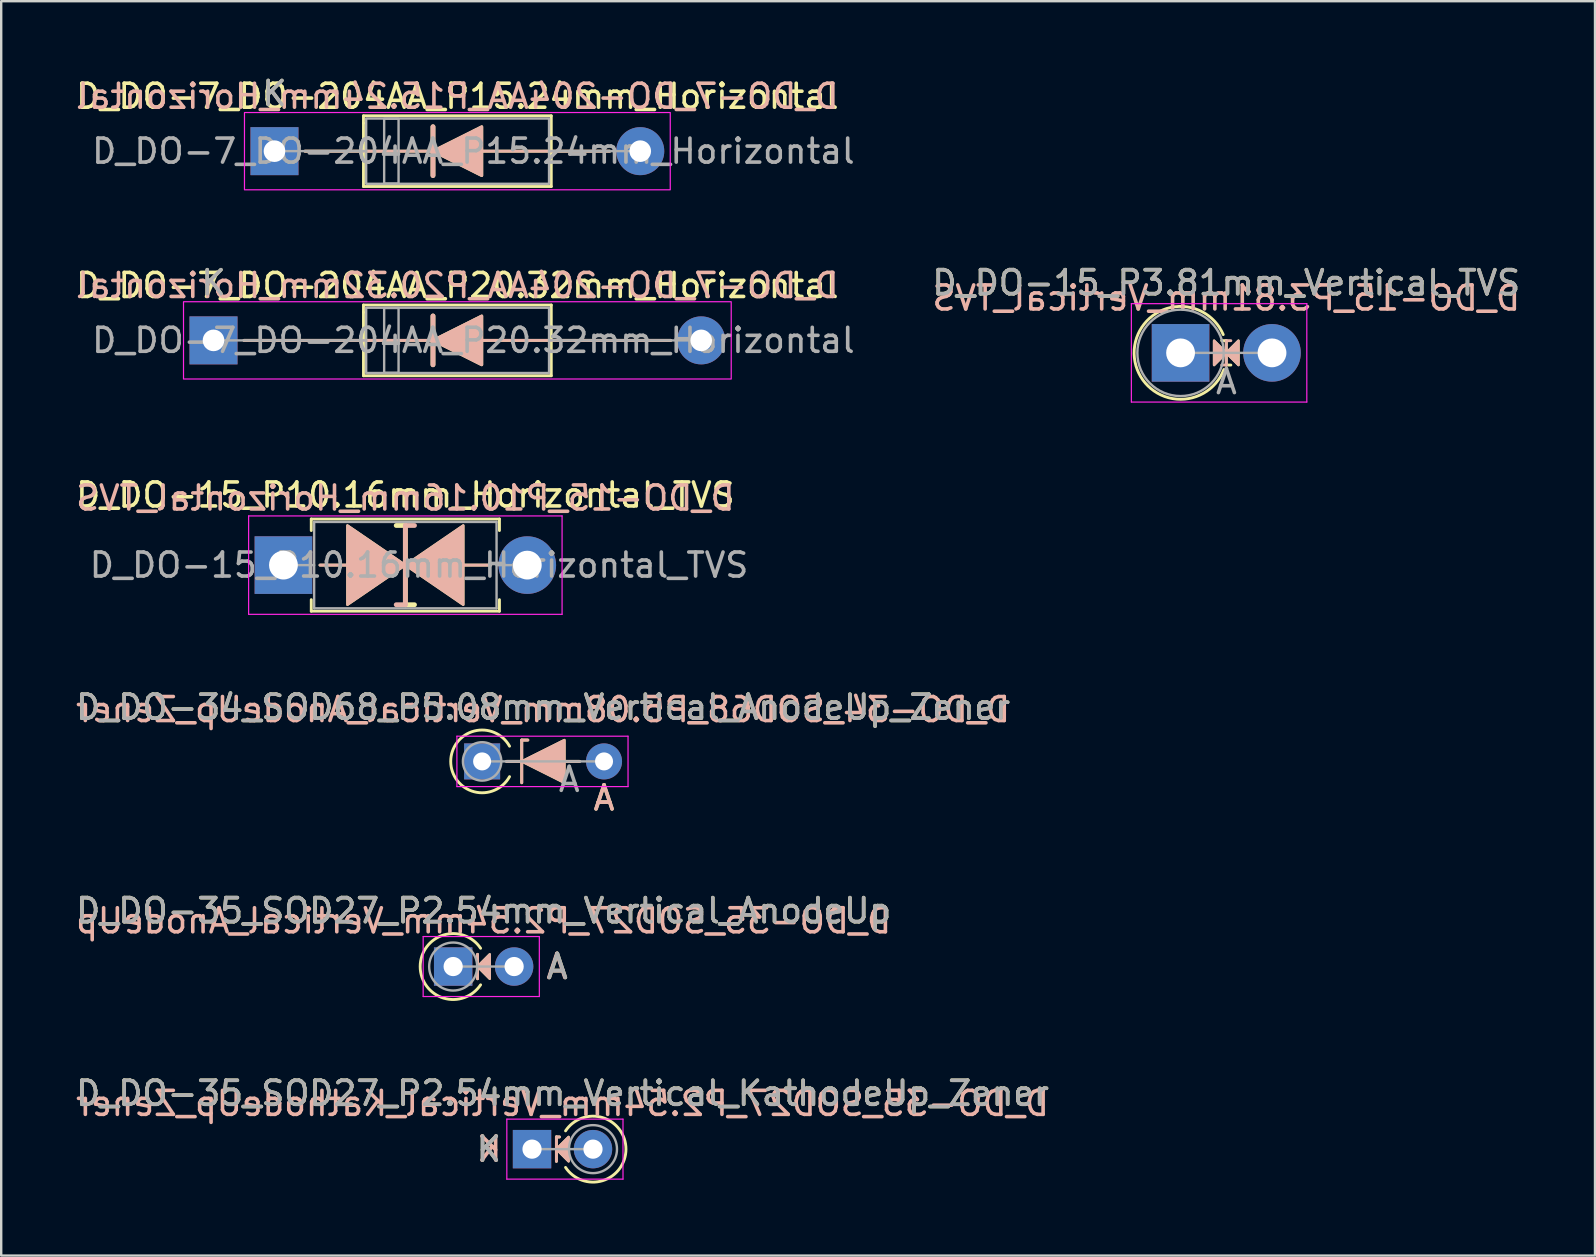
<source format=kicad_pcb>
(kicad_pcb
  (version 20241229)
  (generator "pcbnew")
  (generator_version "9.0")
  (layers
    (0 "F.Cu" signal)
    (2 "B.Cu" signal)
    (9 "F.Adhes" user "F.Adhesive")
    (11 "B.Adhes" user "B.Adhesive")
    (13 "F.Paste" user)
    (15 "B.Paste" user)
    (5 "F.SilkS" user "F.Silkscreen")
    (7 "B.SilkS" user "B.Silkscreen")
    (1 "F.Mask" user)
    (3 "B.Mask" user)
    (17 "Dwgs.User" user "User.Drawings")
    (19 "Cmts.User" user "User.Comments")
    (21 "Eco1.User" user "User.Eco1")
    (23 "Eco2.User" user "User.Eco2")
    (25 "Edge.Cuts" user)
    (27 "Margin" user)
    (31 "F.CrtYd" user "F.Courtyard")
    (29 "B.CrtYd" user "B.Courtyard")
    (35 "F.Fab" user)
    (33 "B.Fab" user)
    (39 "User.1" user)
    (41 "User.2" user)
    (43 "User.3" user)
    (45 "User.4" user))
  (footprint "D_DO-7_DO-204AA_P15.24mm_Horizontal"
    (layer "F.Cu")
    (at 8.386 3.248)
    (property "Reference" "D_DO-7_DO-204AA_P15.24mm_Horizontal" (at 7.62 -2.286 0) (layer "F.SilkS") (effects (font (size 1 1) (thickness 0.15))))
    (fp_line (start 1.27 0) (end 13.97 0) (stroke (width 0.12) (type default)) (layer "F.SilkS"))
    (fp_line (start 3.708 -1.473) (end 3.708 -1.168) (stroke (width 0.12) (type default)) (layer "F.SilkS"))
    (fp_line (start 3.708 -1.473) (end 11.532 -1.473) (stroke (width 0.12) (type default)) (layer "F.SilkS"))
    (fp_line (start 3.708 -1.168) (end 3.708 1.473) (stroke (width 0.12) (type default)) (layer "F.SilkS"))
    (fp_line (start 3.708 1.473) (end 11.532 1.473) (stroke (width 0.12) (type default)) (layer "F.SilkS"))
    (fp_line (start 6.604 -1.016) (end 6.604 1.016) (stroke (width 0.2) (type default)) (layer "F.SilkS"))
    (fp_line (start 11.532 -1.473) (end 11.532 -0.61) (stroke (width 0.12) (type default)) (layer "F.SilkS"))
    (fp_line (start 11.532 -0.61) (end 11.532 1.473) (stroke (width 0.12) (type default)) (layer "F.SilkS"))
    (fp_poly (pts (xy 8.636 1.016) (xy 6.604 0) (xy 8.636 -1.016)) (stroke (width 0.12) (type solid)) (fill yes) (layer "F.SilkS"))
    (fp_line (start 1.27 0) (end 13.97 0) (stroke (width 0.12) (type default)) (layer "B.SilkS"))
    (fp_line (start 6.604 1.016) (end 6.604 -1.016) (stroke (width 0.2) (type default)) (layer "B.SilkS"))
    (fp_poly (pts (xy 8.636 -1.016) (xy 6.604 0) (xy 8.636 1.016)) (stroke (width 0.12) (type solid)) (fill yes) (layer "B.SilkS"))
    (fp_rect (start -1.25 -1.61) (end 16.49 1.61) (stroke (width 0.05) (type default)) (fill no) (layer "F.CrtYd"))
    (fp_line (start 0 0) (end 3.82 0) (stroke (width 0.1) (type solid)) (layer "F.Fab"))
    (fp_line (start 15.24 0) (end 11.44 0) (stroke (width 0.1) (type solid)) (layer "F.Fab"))
    (fp_rect (start 3.82 -1.36) (end 11.44 1.36) (stroke (width 0.1) (type default)) (fill no) (layer "F.Fab"))
    (fp_rect (start 4.57 -1.35) (end 5.17 1.35) (stroke (width 0.1) (type solid)) (fill no) (layer "F.Fab"))
    (fp_text user "K" (at 0 -2.4 0) (layer "F.SilkS") (effects (font (size 1 1) (thickness 0.15))))
    (fp_text user "${REFERENCE}" (at 7.62 -2.286 0) (layer "B.SilkS") (effects (font (size 1 1) (thickness 0.15)) (justify mirror)))
    (fp_text user "${REFERENCE}" (at 8.287 0 0) (layer "F.Fab") (effects (font (size 1 1) (thickness 0.15))))
    (fp_text user "K" (at 0 -2.4 0) (layer "F.Fab") (effects (font (size 1 1) (thickness 0.15))))
    (pad "1" thru_hole rect (at 0 0) (size 2 2) (drill 0.9) (layers "*.Cu" "*.Mask"))
    (pad "2" thru_hole oval (at 15.24 0) (size 2 2) (drill 0.9) (layers "*.Cu" "*.Mask")))
  (footprint "D_DO-15_P10.16mm_Horizontal_TVS"
    (layer "F.Cu")
    (at 8.759 20.495)
    (property "Reference" "D_DO-15_P10.16mm_Horizontal_TVS" (at 5.08 -2.92 0) (layer "F.SilkS") (effects (font (size 1 1) (thickness 0.15))))
    (fp_line (start 1.16 -1.92) (end 9 -1.92) (stroke (width 0.12) (type solid)) (layer "F.SilkS"))
    (fp_line (start 1.16 -1.44) (end 1.16 -1.92) (stroke (width 0.12) (type solid)) (layer "F.SilkS"))
    (fp_line (start 1.16 1.44) (end 1.16 1.92) (stroke (width 0.12) (type solid)) (layer "F.SilkS"))
    (fp_line (start 1.16 1.92) (end 9 1.92) (stroke (width 0.12) (type solid)) (layer "F.SilkS"))
    (fp_line (start 1.524 0) (end 2.667 0) (stroke (width 0.12) (type solid)) (layer "F.SilkS"))
    (fp_line (start 5.08 -1.651) (end 4.699 -1.651) (stroke (width 0.2) (type solid)) (layer "F.SilkS"))
    (fp_line (start 5.08 1.651) (end 5.08 -1.651) (stroke (width 0.2) (type solid)) (layer "F.SilkS"))
    (fp_line (start 5.461 1.651) (end 5.08 1.651) (stroke (width 0.2) (type solid)) (layer "F.SilkS"))
    (fp_line (start 8.636 0) (end 7.493 0) (stroke (width 0.12) (type solid)) (layer "F.SilkS"))
    (fp_line (start 9 -1.92) (end 9 -1.44) (stroke (width 0.12) (type solid)) (layer "F.SilkS"))
    (fp_line (start 9 1.92) (end 9 1.44) (stroke (width 0.12) (type solid)) (layer "F.SilkS"))
    (fp_poly (pts (xy 5.08 0) (xy 2.667 1.651) (xy 2.667 -1.651)) (stroke (width 0.1) (type solid)) (fill yes) (layer "F.SilkS"))
    (fp_poly (pts (xy 5.08 0) (xy 7.493 -1.651) (xy 7.493 1.651)) (stroke (width 0.1) (type solid)) (fill yes) (layer "F.SilkS"))
    (fp_line (start 1.524 0) (end 2.667 0) (stroke (width 0.12) (type solid)) (layer "B.SilkS"))
    (fp_line (start 5.08 -1.651) (end 5.08 1.651) (stroke (width 0.2) (type solid)) (layer "B.SilkS"))
    (fp_line (start 5.08 1.651) (end 4.699 1.651) (stroke (width 0.2) (type solid)) (layer "B.SilkS"))
    (fp_line (start 5.461 -1.651) (end 5.08 -1.651) (stroke (width 0.2) (type solid)) (layer "B.SilkS"))
    (fp_line (start 8.636 0) (end 7.493 0) (stroke (width 0.12) (type solid)) (layer "B.SilkS"))
    (fp_poly (pts (xy 5.08 0) (xy 2.667 -1.651) (xy 2.667 1.651)) (stroke (width 0.1) (type solid)) (fill yes) (layer "B.SilkS"))
    (fp_poly (pts (xy 5.08 0) (xy 7.493 1.651) (xy 7.493 -1.651)) (stroke (width 0.1) (type solid)) (fill yes) (layer "B.SilkS"))
    (fp_line (start -1.45 -2.05) (end -1.45 2.05) (stroke (width 0.05) (type solid)) (layer "F.CrtYd"))
    (fp_line (start -1.45 2.05) (end 11.61 2.05) (stroke (width 0.05) (type solid)) (layer "F.CrtYd"))
    (fp_line (start 11.61 -2.05) (end -1.45 -2.05) (stroke (width 0.05) (type solid)) (layer "F.CrtYd"))
    (fp_line (start 11.61 2.05) (end 11.61 -2.05) (stroke (width 0.05) (type solid)) (layer "F.CrtYd"))
    (fp_line (start 0 0) (end 1.28 0) (stroke (width 0.1) (type solid)) (layer "F.Fab"))
    (fp_line (start 1.28 -1.8) (end 1.28 1.8) (stroke (width 0.1) (type solid)) (layer "F.Fab"))
    (fp_line (start 1.28 1.8) (end 8.88 1.8) (stroke (width 0.1) (type solid)) (layer "F.Fab"))
    (fp_line (start 8.88 -1.8) (end 1.28 -1.8) (stroke (width 0.1) (type solid)) (layer "F.Fab"))
    (fp_line (start 8.88 1.8) (end 8.88 -1.8) (stroke (width 0.1) (type solid)) (layer "F.Fab"))
    (fp_line (start 10.16 0) (end 8.88 0) (stroke (width 0.1) (type solid)) (layer "F.Fab"))
    (fp_text user "${REFERENCE}" (at 5.08 -2.794 0) (layer "B.SilkS") (effects (font (size 1 1) (thickness 0.15)) (justify mirror)))
    (fp_text user "${REFERENCE}" (at 5.65 0 0) (layer "F.Fab") (effects (font (size 1 1) (thickness 0.15))))
    (pad "1" thru_hole rect (at 0 0) (size 2.4 2.4) (drill 1.2) (layers "*.Cu" "*.Mask"))
    (pad "2" thru_hole oval (at 10.16 0) (size 2.4 2.4) (drill 1.2) (layers "*.Cu" "*.Mask")))
  (footprint "D_DO-34_SOD68_P5.08mm_Vertical_AnodeUp_Zener"
    (layer "F.Cu")
    (at 17.037 28.674)
    (property "Reference" "D_DO-34_SOD68_P5.08mm_Vertical_AnodeUp_Zener" (at 2.54 -2.256 0) (layer "F.SilkS") (effects (font (size 1 1) (thickness 0.15))))
    (fp_line (start 1.651 -0.889) (end 1.905 -0.889) (stroke (width 0.12) (type solid)) (layer "F.SilkS"))
    (fp_line (start 1.651 0.889) (end 1.651 -0.889) (stroke (width 0.12) (type solid)) (layer "F.SilkS"))
    (fp_line (start 4.064 0) (end 1.016 0) (stroke (width 0.12) (type solid)) (layer "F.SilkS"))
    (fp_arc (start 1.142999 0.635) (mid -1.307544 0) (end 1.142999 -0.634999) (stroke (width 0.12) (type solid)) (layer "F.SilkS"))
    (fp_poly (pts (xy 3.429 0.889) (xy 1.651 0) (xy 3.429 -0.889)) (stroke (width 0.1) (type solid)) (fill yes) (layer "F.SilkS"))
    (fp_line (start 1.651 -0.889) (end 1.651 0.889) (stroke (width 0.12) (type solid)) (layer "B.SilkS"))
    (fp_line (start 1.651 -0.889) (end 1.905 -0.889) (stroke (width 0.12) (type solid)) (layer "B.SilkS"))
    (fp_line (start 4.064 0) (end 1.016 0) (stroke (width 0.12) (type solid)) (layer "B.SilkS"))
    (fp_poly (pts (xy 3.429 -0.889) (xy 1.651 0) (xy 3.429 0.889)) (stroke (width 0.1) (type solid)) (fill yes) (layer "B.SilkS"))
    (fp_line (start -1.05 -1.05) (end -1.05 1.05) (stroke (width 0.05) (type solid)) (layer "F.CrtYd"))
    (fp_line (start -1.05 1.05) (end 6.08 1.05) (stroke (width 0.05) (type solid)) (layer "F.CrtYd"))
    (fp_line (start 6.08 -1.05) (end -1.05 -1.05) (stroke (width 0.05) (type solid)) (layer "F.CrtYd"))
    (fp_line (start 6.08 1.05) (end 6.08 -1.05) (stroke (width 0.05) (type solid)) (layer "F.CrtYd"))
    (fp_line (start 0 0) (end 5.08 0) (stroke (width 0.1) (type solid)) (layer "F.Fab"))
    (fp_circle (center 0 0) (end 0.8 0) (stroke (width 0.1) (type solid)) (fill no) (layer "F.Fab"))
    (fp_text user "A" (at 5.08 1.524 0) (layer "F.SilkS") (effects (font (size 1 1) (thickness 0.15))))
    (fp_text user "${REFERENCE}" (at 2.54 -2.159 0) (layer "B.SilkS") (effects (font (size 1 1) (thickness 0.15)) (justify mirror)))
    (fp_text user "A" (at 5.08 1.524 0) (layer "B.SilkS") (effects (font (size 1 1) (thickness 0.15)) (justify mirror)))
    (fp_text user "${REFERENCE}" (at 2.54 -2.256 0) (layer "F.Fab") (effects (font (size 1 1) (thickness 0.15))))
    (fp_text user "A" (at 3.63 0.75 0) (layer "F.Fab") (effects (font (size 1 1) (thickness 0.15))))
    (pad "1" thru_hole rect (at 0 0) (size 1.5 1.5) (drill 0.75) (layers "*.Cu" "*.Mask"))
    (pad "2" thru_hole oval (at 5.08 0) (size 1.5 1.5) (drill 0.75) (layers "*.Cu" "*.Mask")))
  (footprint "D_DO-7_DO-204AA_P20.32mm_Horizontal"
    (layer "F.Cu")
    (at 5.846 11.132)
    (property "Reference" "D_DO-7_DO-204AA_P20.32mm_Horizontal" (at 10.16 -2.286 0) (layer "F.SilkS") (effects (font (size 1 1) (thickness 0.15))))
    (fp_line (start 1.27 0) (end 19.05 0) (stroke (width 0.12) (type default)) (layer "F.SilkS"))
    (fp_line (start 6.248 -1.473) (end 6.248 -1.168) (stroke (width 0.12) (type default)) (layer "F.SilkS"))
    (fp_line (start 6.248 -1.473) (end 14.072 -1.473) (stroke (width 0.12) (type default)) (layer "F.SilkS"))
    (fp_line (start 6.248 -1.168) (end 6.248 1.473) (stroke (width 0.12) (type default)) (layer "F.SilkS"))
    (fp_line (start 6.248 1.473) (end 14.072 1.473) (stroke (width 0.12) (type default)) (layer "F.SilkS"))
    (fp_line (start 9.144 -1.016) (end 9.144 1.016) (stroke (width 0.2) (type default)) (layer "F.SilkS"))
    (fp_line (start 14.072 -1.473) (end 14.072 -0.61) (stroke (width 0.12) (type default)) (layer "F.SilkS"))
    (fp_line (start 14.072 -0.61) (end 14.072 1.473) (stroke (width 0.12) (type default)) (layer "F.SilkS"))
    (fp_poly (pts (xy 11.176 1.016) (xy 9.144 0) (xy 11.176 -1.016)) (stroke (width 0.12) (type solid)) (fill yes) (layer "F.SilkS"))
    (fp_line (start 1.27 0) (end 19.05 0) (stroke (width 0.12) (type default)) (layer "B.SilkS"))
    (fp_line (start 9.144 1.016) (end 9.144 -1.016) (stroke (width 0.2) (type default)) (layer "B.SilkS"))
    (fp_poly (pts (xy 11.176 -1.016) (xy 9.144 0) (xy 11.176 1.016)) (stroke (width 0.12) (type solid)) (fill yes) (layer "B.SilkS"))
    (fp_rect (start -1.25 -1.61) (end 21.57 1.61) (stroke (width 0.05) (type default)) (fill no) (layer "F.CrtYd"))
    (fp_line (start 0 0) (end 6.36 0) (stroke (width 0.1) (type solid)) (layer "F.Fab"))
    (fp_line (start 20.32 0) (end 13.98 0) (stroke (width 0.1) (type solid)) (layer "F.Fab"))
    (fp_rect (start 6.36 -1.36) (end 13.98 1.36) (stroke (width 0.1) (type default)) (fill no) (layer "F.Fab"))
    (fp_rect (start 7.11 -1.35) (end 7.71 1.35) (stroke (width 0.1) (type solid)) (fill no) (layer "F.Fab"))
    (fp_text user "K" (at 0 -2.4 0) (layer "F.SilkS") (effects (font (size 1 1) (thickness 0.15))))
    (fp_text user "${REFERENCE}" (at 10.16 -2.286 0) (layer "B.SilkS") (effects (font (size 1 1) (thickness 0.15)) (justify mirror)))
    (fp_text user "${REFERENCE}" (at 10.828 0 0) (layer "F.Fab") (effects (font (size 1 1) (thickness 0.15))))
    (fp_text user "K" (at 0 -2.4 0) (layer "F.Fab") (effects (font (size 1 1) (thickness 0.15))))
    (pad "1" thru_hole rect (at 0 0) (size 2 2) (drill 0.9) (layers "*.Cu" "*.Mask"))
    (pad "2" thru_hole oval (at 20.32 0) (size 2 2) (drill 0.9) (layers "*.Cu" "*.Mask")))
  (footprint "D_DO-35_SOD27_P2.54mm_Vertical_AnodeUp"
    (layer "F.Cu")
    (at 15.831 37.221)
    (property "Reference" "D_DO-35_SOD27_P2.54mm_Vertical_AnodeUp" (at 1.27 -2.326 0) (layer "F.SilkS") (effects (font (size 1 1) (thickness 0.15))))
    (fp_line (start 1.016 -0.508) (end 1.016 0.508) (stroke (width 0.12) (type solid)) (layer "F.SilkS"))
    (fp_arc (start 1.142999 0.761999) (mid -1.373714 0) (end 1.142999 -0.761999) (stroke (width 0.12) (type solid)) (layer "F.SilkS"))
    (fp_poly (pts (xy 1.524 0.508) (xy 1.016 0) (xy 1.524 -0.508)) (stroke (width 0.1) (type solid)) (fill yes) (layer "F.SilkS"))
    (fp_line (start 1.016 0.508) (end 1.016 -0.508) (stroke (width 0.12) (type solid)) (layer "B.SilkS"))
    (fp_poly (pts (xy 1.524 -0.508) (xy 1.016 0) (xy 1.524 0.508)) (stroke (width 0.1) (type solid)) (fill yes) (layer "B.SilkS"))
    (fp_line (start -1.25 -1.25) (end -1.25 1.25) (stroke (width 0.05) (type solid)) (layer "F.CrtYd"))
    (fp_line (start -1.25 1.25) (end 3.59 1.25) (stroke (width 0.05) (type solid)) (layer "F.CrtYd"))
    (fp_line (start 3.59 -1.25) (end -1.25 -1.25) (stroke (width 0.05) (type solid)) (layer "F.CrtYd"))
    (fp_line (start 3.59 1.25) (end 3.59 -1.25) (stroke (width 0.05) (type solid)) (layer "F.CrtYd"))
    (fp_line (start 0 0) (end 2.54 0) (stroke (width 0.1) (type solid)) (layer "F.Fab"))
    (fp_circle (center 0 0) (end 1 0) (stroke (width 0.1) (type solid)) (fill no) (layer "F.Fab"))
    (fp_text user "A" (at 4.34 0 0) (layer "F.SilkS") (effects (font (size 1 1) (thickness 0.15))))
    (fp_text user "A" (at 4.318 0 0) (layer "B.SilkS") (effects (font (size 1 1) (thickness 0.15)) (justify mirror)))
    (fp_text user "${REFERENCE}" (at 1.27 -1.905 0) (layer "B.SilkS") (effects (font (size 1 1) (thickness 0.15)) (justify mirror)))
    (fp_text user "A" (at 4.34 0 0) (layer "F.Fab") (effects (font (size 1 1) (thickness 0.15))))
    (fp_text user "${REFERENCE}" (at 1.27 -2.326 0) (layer "F.Fab") (effects (font (size 1 1) (thickness 0.15))))
    (pad "1" thru_hole rect (at 0 0) (size 1.6 1.6) (drill 0.8) (layers "*.Cu" "*.Mask"))
    (pad "2" thru_hole oval (at 2.54 0) (size 1.6 1.6) (drill 0.8) (layers "*.Cu" "*.Mask")))
  (footprint "D_DO-35_SOD27_P2.54mm_Vertical_KathodeUp_Zener"
    (layer "F.Cu")
    (at 19.117 44.829)
    (property "Reference" "D_DO-35_SOD27_P2.54mm_Vertical_KathodeUp_Zener" (at 1.27 -2.326 0) (layer "F.SilkS") (effects (font (size 1 1) (thickness 0.15))))
    (fp_line (start 1.016 -0.508) (end 1.016 0.508) (stroke (width 0.12) (type solid)) (layer "F.SilkS"))
    (fp_line (start 1.016 -0.508) (end 1.143 -0.508) (stroke (width 0.12) (type solid)) (layer "F.SilkS"))
    (fp_arc (start 1.397 -0.761998) (mid 3.913713 0.000001) (end 1.397 0.762) (stroke (width 0.12) (type solid)) (layer "F.SilkS"))
    (fp_poly (pts (xy 1.524 0.508) (xy 1.016 0) (xy 1.524 -0.508)) (stroke (width 0.1) (type solid)) (fill yes) (layer "F.SilkS"))
    (fp_line (start 1.016 -0.508) (end 1.143 -0.508) (stroke (width 0.12) (type solid)) (layer "B.SilkS"))
    (fp_line (start 1.016 0.508) (end 1.016 -0.508) (stroke (width 0.12) (type solid)) (layer "B.SilkS"))
    (fp_poly (pts (xy 1.524 -0.508) (xy 1.016 0) (xy 1.524 0.508)) (stroke (width 0.1) (type solid)) (fill yes) (layer "B.SilkS"))
    (fp_line (start -1.05 -1.25) (end -1.05 1.25) (stroke (width 0.05) (type solid)) (layer "F.CrtYd"))
    (fp_line (start -1.05 1.25) (end 3.79 1.25) (stroke (width 0.05) (type solid)) (layer "F.CrtYd"))
    (fp_line (start 3.79 -1.25) (end -1.05 -1.25) (stroke (width 0.05) (type solid)) (layer "F.CrtYd"))
    (fp_line (start 3.79 1.25) (end 3.79 -1.25) (stroke (width 0.05) (type solid)) (layer "F.CrtYd"))
    (fp_line (start 0 0) (end 2.54 0) (stroke (width 0.1) (type solid)) (layer "F.Fab"))
    (fp_circle (center 2.54 0) (end 3.54 0) (stroke (width 0.1) (type solid)) (fill no) (layer "F.Fab"))
    (fp_text user "K" (at -1.8 0 0) (layer "F.SilkS") (effects (font (size 1 1) (thickness 0.15))))
    (fp_text user "K" (at -1.778 0 0) (layer "B.SilkS") (effects (font (size 1 1) (thickness 0.15)) (justify mirror)))
    (fp_text user "${REFERENCE}" (at 1.27 -1.905 0) (layer "B.SilkS") (effects (font (size 1 1) (thickness 0.15)) (justify mirror)))
    (fp_text user "K" (at -1.8 0 0) (layer "F.Fab") (effects (font (size 1 1) (thickness 0.15))))
    (fp_text user "${REFERENCE}" (at 1.27 -2.326 0) (layer "F.Fab") (effects (font (size 1 1) (thickness 0.15))))
    (pad "1" thru_hole rect (at 0 0) (size 1.6 1.6) (drill 0.8) (layers "*.Cu" "*.Mask"))
    (pad "2" thru_hole oval (at 2.54 0) (size 1.6 1.6) (drill 0.8) (layers "*.Cu" "*.Mask")))
  (footprint "D_DO-15_P3.81mm_Vertical_TVS"
    (layer "F.Cu")
    (at 46.138 11.652)
    (property "Reference" "D_DO-15_P3.81mm_Vertical_TVS" (at 1.905 -2.92 0) (layer "F.SilkS") (effects (font (size 1 1) (thickness 0.15))))
    (fp_line (start 1.714 -0.508) (end 1.905 -0.508) (stroke (width 0.12) (type solid)) (layer "F.SilkS"))
    (fp_line (start 1.905 -0.508) (end 1.905 0.508) (stroke (width 0.12) (type solid)) (layer "F.SilkS"))
    (fp_line (start 1.905 0.508) (end 2.095 0.508) (stroke (width 0.12) (type solid)) (layer "F.SilkS"))
    (fp_arc (start 1.806184 0.692547) (mid -1.934042 0.037477) (end 1.777999 -0.761999) (stroke (width 0.12) (type solid)) (layer "F.SilkS"))
    (fp_poly (pts (xy 1.397 -0.508) (xy 1.905 0) (xy 1.397 0.508)) (stroke (width 0.1) (type solid)) (fill yes) (layer "F.SilkS"))
    (fp_poly (pts (xy 2.413 0.508) (xy 1.905 0) (xy 2.413 -0.508)) (stroke (width 0.1) (type solid)) (fill yes) (layer "F.SilkS"))
    (fp_line (start 1.714 0.508) (end 1.905 0.508) (stroke (width 0.12) (type solid)) (layer "B.SilkS"))
    (fp_line (start 1.905 -0.508) (end 2.095 -0.508) (stroke (width 0.12) (type solid)) (layer "B.SilkS"))
    (fp_line (start 1.905 0.508) (end 1.905 -0.508) (stroke (width 0.12) (type solid)) (layer "B.SilkS"))
    (fp_poly (pts (xy 1.397 0.508) (xy 1.905 0) (xy 1.397 -0.508)) (stroke (width 0.1) (type solid)) (fill yes) (layer "B.SilkS"))
    (fp_poly (pts (xy 2.413 -0.508) (xy 1.905 0) (xy 2.413 0.508)) (stroke (width 0.1) (type solid)) (fill yes) (layer "B.SilkS"))
    (fp_line (start -2.05 -2.05) (end -2.05 2.05) (stroke (width 0.05) (type solid)) (layer "F.CrtYd"))
    (fp_line (start -2.05 2.05) (end 5.26 2.05) (stroke (width 0.05) (type solid)) (layer "F.CrtYd"))
    (fp_line (start 5.26 -2.05) (end -2.05 -2.05) (stroke (width 0.05) (type solid)) (layer "F.CrtYd"))
    (fp_line (start 5.26 2.05) (end 5.26 -2.05) (stroke (width 0.05) (type solid)) (layer "F.CrtYd"))
    (fp_line (start 0 0) (end 3.81 0) (stroke (width 0.1) (type solid)) (layer "F.Fab"))
    (fp_circle (center 0 0) (end 1.8 0) (stroke (width 0.1) (type solid)) (fill no) (layer "F.Fab"))
    (fp_text user "${REFERENCE}" (at 1.905 -2.286 0) (layer "B.SilkS") (effects (font (size 1 1) (thickness 0.15)) (justify mirror)))
    (fp_text user "A" (at 1.91 1.2 0) (layer "F.Fab") (effects (font (size 1 1) (thickness 0.15))))
    (fp_text user "${REFERENCE}" (at 1.905 -2.92 0) (layer "F.Fab") (effects (font (size 1 1) (thickness 0.15))))
    (pad "1" thru_hole rect (at 0 0) (size 2.4 2.4) (drill 1.2) (layers "*.Cu" "*.Mask"))
    (pad "2" thru_hole oval (at 3.81 0) (size 2.4 2.4) (drill 1.2) (layers "*.Cu" "*.Mask")))
  (gr_rect
    (start -3 -3)
    (end 63.406 49.263)
    (stroke (width 0.1) (type default))
    (fill no)
    (layer "Edge.Cuts")))
</source>
